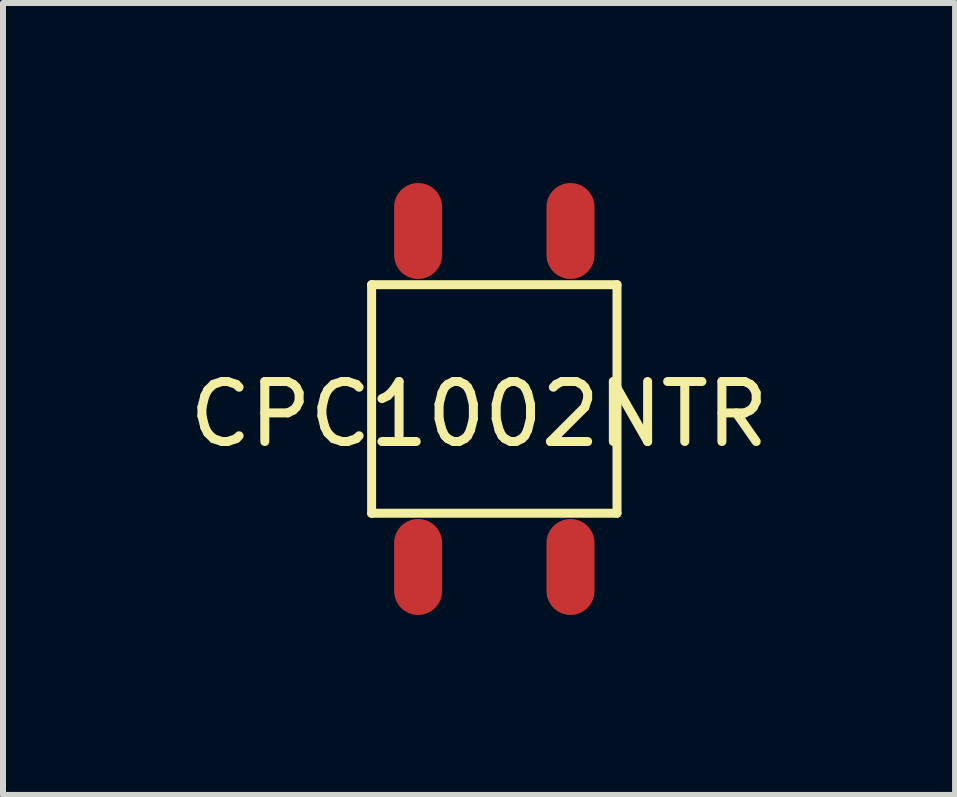
<source format=kicad_pcb>
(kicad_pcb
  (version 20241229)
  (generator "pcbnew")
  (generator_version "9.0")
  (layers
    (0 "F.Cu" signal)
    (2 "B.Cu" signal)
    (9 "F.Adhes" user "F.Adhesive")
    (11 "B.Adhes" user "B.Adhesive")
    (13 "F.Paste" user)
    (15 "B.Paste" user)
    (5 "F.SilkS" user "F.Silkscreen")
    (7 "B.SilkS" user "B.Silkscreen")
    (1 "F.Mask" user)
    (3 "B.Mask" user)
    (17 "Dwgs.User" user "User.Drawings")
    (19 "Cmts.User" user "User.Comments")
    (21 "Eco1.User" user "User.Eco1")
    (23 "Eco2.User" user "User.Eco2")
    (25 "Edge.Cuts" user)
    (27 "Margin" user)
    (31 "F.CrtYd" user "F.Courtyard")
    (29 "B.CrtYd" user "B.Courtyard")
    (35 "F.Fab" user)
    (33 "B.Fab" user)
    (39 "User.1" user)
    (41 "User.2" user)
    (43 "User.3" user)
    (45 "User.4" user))
  (footprint "CPC1002NTR"
    (layer "F.Cu")
    (at 5.189 3.6)
    (property "Reference" "CPC1002NTR" (at -0.254 0.254 0) (layer "F.SilkS") (effects (font (size 1 1) (thickness 0.15))))
    (attr through_hole)
    (fp_line (start -2.045 -1.905) (end -2.045 1.905) (stroke (width 0.15) (type solid)) (layer "F.SilkS"))
    (fp_line (start -2.045 -1.905) (end 2.045 -1.905) (stroke (width 0.15) (type solid)) (layer "F.SilkS"))
    (fp_line (start -2.045 1.905) (end 2.045 1.905) (stroke (width 0.15) (type solid)) (layer "F.SilkS"))
    (fp_line (start 2.045 -1.905) (end 2.045 1.905) (stroke (width 0.15) (type solid)) (layer "F.SilkS"))
    (pad "1" smd oval (at -1.27 2.8) (size 0.8 1.6) (layers "F.Cu" "F.Mask" "F.Paste"))
    (pad "2" smd oval (at 1.27 2.8) (size 0.8 1.6) (layers "F.Cu" "F.Mask" "F.Paste"))
    (pad "3" smd oval (at 1.27 -2.8) (size 0.8 1.6) (layers "F.Cu" "F.Mask" "F.Paste"))
    (pad "4" smd oval (at -1.27 -2.8) (size 0.8 1.6) (layers "F.Cu" "F.Mask" "F.Paste")))
  (gr_rect
    (start -3 -3)
    (end 12.869 10.2)
    (stroke (width 0.1) (type default))
    (fill no)
    (layer "Edge.Cuts")))
</source>
